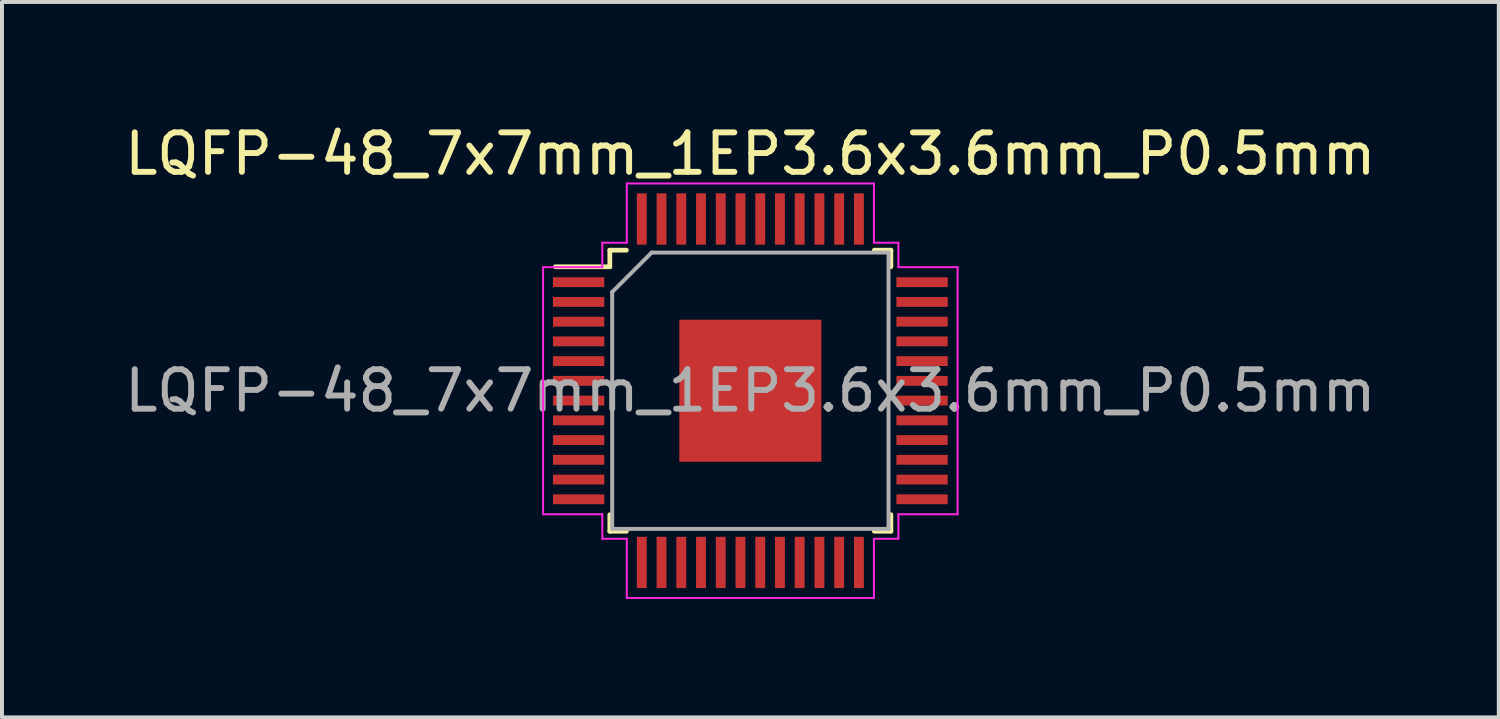
<source format=kicad_pcb>
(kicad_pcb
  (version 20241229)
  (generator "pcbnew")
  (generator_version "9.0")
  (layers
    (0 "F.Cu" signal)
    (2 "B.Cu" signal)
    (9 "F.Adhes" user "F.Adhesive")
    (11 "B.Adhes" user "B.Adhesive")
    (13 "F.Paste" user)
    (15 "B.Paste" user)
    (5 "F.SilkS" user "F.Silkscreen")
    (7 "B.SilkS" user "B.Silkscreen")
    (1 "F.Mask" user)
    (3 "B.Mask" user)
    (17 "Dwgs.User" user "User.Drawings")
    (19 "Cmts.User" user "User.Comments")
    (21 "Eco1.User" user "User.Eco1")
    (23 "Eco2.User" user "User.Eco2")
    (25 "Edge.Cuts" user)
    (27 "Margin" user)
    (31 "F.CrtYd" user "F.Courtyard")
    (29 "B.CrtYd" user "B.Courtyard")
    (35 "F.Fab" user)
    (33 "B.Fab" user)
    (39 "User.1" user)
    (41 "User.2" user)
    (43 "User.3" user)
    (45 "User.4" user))
  (footprint "LQFP-48_7x7mm_1EP3.6x3.6mm_P0.5mm"
    (layer "F.Cu")
    (at 15.958 6.848)
    (property "Reference" "LQFP-48_7x7mm_1EP3.6x3.6mm_P0.5mm" (at 0 -6 0) (layer "F.SilkS") (effects (font (size 1 1) (thickness 0.15))))
    (attr smd)
    (fp_line (start -3.56 -3.56) (end -3.56 -3.14) (stroke (width 0.12) (type solid)) (layer "F.SilkS"))
    (fp_line (start -3.56 -3.56) (end -3.14 -3.56) (stroke (width 0.12) (type solid)) (layer "F.SilkS"))
    (fp_line (start -3.56 -3.14) (end -4.94 -3.14) (stroke (width 0.12) (type solid)) (layer "F.SilkS"))
    (fp_line (start -3.56 3.56) (end -3.56 3.14) (stroke (width 0.12) (type solid)) (layer "F.SilkS"))
    (fp_line (start -3.56 3.56) (end -3.14 3.56) (stroke (width 0.12) (type solid)) (layer "F.SilkS"))
    (fp_line (start 3.56 -3.56) (end 3.14 -3.56) (stroke (width 0.12) (type solid)) (layer "F.SilkS"))
    (fp_line (start 3.56 -3.56) (end 3.56 -3.14) (stroke (width 0.12) (type solid)) (layer "F.SilkS"))
    (fp_line (start 3.56 3.56) (end 3.14 3.56) (stroke (width 0.12) (type solid)) (layer "F.SilkS"))
    (fp_line (start 3.56 3.56) (end 3.56 3.14) (stroke (width 0.12) (type solid)) (layer "F.SilkS"))
    (fp_line (start -5.25 -3.13) (end -5.25 3.13) (stroke (width 0.05) (type solid)) (layer "F.CrtYd"))
    (fp_line (start -3.75 -3.13) (end -5.25 -3.13) (stroke (width 0.05) (type solid)) (layer "F.CrtYd"))
    (fp_line (start -3.75 -3.13) (end -3.75 -3.75) (stroke (width 0.05) (type solid)) (layer "F.CrtYd"))
    (fp_line (start -3.75 3.13) (end -5.25 3.13) (stroke (width 0.05) (type solid)) (layer "F.CrtYd"))
    (fp_line (start -3.75 3.13) (end -3.75 3.75) (stroke (width 0.05) (type solid)) (layer "F.CrtYd"))
    (fp_line (start -3.13 -5.25) (end 3.13 -5.25) (stroke (width 0.05) (type solid)) (layer "F.CrtYd"))
    (fp_line (start -3.13 -3.75) (end -3.75 -3.75) (stroke (width 0.05) (type solid)) (layer "F.CrtYd"))
    (fp_line (start -3.13 -3.75) (end -3.13 -5.25) (stroke (width 0.05) (type solid)) (layer "F.CrtYd"))
    (fp_line (start -3.13 3.75) (end -3.75 3.75) (stroke (width 0.05) (type solid)) (layer "F.CrtYd"))
    (fp_line (start -3.13 3.75) (end -3.13 5.25) (stroke (width 0.05) (type solid)) (layer "F.CrtYd"))
    (fp_line (start -3.13 5.25) (end 3.13 5.25) (stroke (width 0.05) (type solid)) (layer "F.CrtYd"))
    (fp_line (start 3.13 -3.75) (end 3.13 -5.25) (stroke (width 0.05) (type solid)) (layer "F.CrtYd"))
    (fp_line (start 3.13 -3.75) (end 3.75 -3.75) (stroke (width 0.05) (type solid)) (layer "F.CrtYd"))
    (fp_line (start 3.13 3.75) (end 3.75 3.75) (stroke (width 0.05) (type solid)) (layer "F.CrtYd"))
    (fp_line (start 3.13 5.25) (end 3.13 3.75) (stroke (width 0.05) (type solid)) (layer "F.CrtYd"))
    (fp_line (start 3.75 -3.13) (end 3.75 -3.75) (stroke (width 0.05) (type solid)) (layer "F.CrtYd"))
    (fp_line (start 3.75 -3.13) (end 5.25 -3.13) (stroke (width 0.05) (type solid)) (layer "F.CrtYd"))
    (fp_line (start 3.75 3.13) (end 3.75 3.75) (stroke (width 0.05) (type solid)) (layer "F.CrtYd"))
    (fp_line (start 3.75 3.13) (end 5.25 3.13) (stroke (width 0.05) (type solid)) (layer "F.CrtYd"))
    (fp_line (start 5.25 -3.13) (end 5.25 3.13) (stroke (width 0.05) (type solid)) (layer "F.CrtYd"))
    (fp_line (start -3.5 -2.5) (end -2.5 -3.5) (stroke (width 0.1) (type solid)) (layer "F.Fab"))
    (fp_line (start -3.5 3.5) (end -3.5 -2.5) (stroke (width 0.1) (type solid)) (layer "F.Fab"))
    (fp_line (start -2.5 -3.5) (end 3.5 -3.5) (stroke (width 0.1) (type solid)) (layer "F.Fab"))
    (fp_line (start 3.5 -3.5) (end 3.5 3.5) (stroke (width 0.1) (type solid)) (layer "F.Fab"))
    (fp_line (start 3.5 3.5) (end -3.5 3.5) (stroke (width 0.1) (type solid)) (layer "F.Fab"))
    (fp_text user "${REFERENCE}" (at 0 0 0) (layer "F.Fab") (effects (font (size 1 1) (thickness 0.15))))
    (pad "1" smd rect (at -4.35 -2.75) (size 1.3 0.25) (layers "F.Cu" "F.Mask" "F.Paste"))
    (pad "2" smd rect (at -4.35 -2.25) (size 1.3 0.25) (layers "F.Cu" "F.Mask" "F.Paste"))
    (pad "3" smd rect (at -4.35 -1.75) (size 1.3 0.25) (layers "F.Cu" "F.Mask" "F.Paste"))
    (pad "4" smd rect (at -4.35 -1.25) (size 1.3 0.25) (layers "F.Cu" "F.Mask" "F.Paste"))
    (pad "5" smd rect (at -4.35 -0.75) (size 1.3 0.25) (layers "F.Cu" "F.Mask" "F.Paste"))
    (pad "6" smd rect (at -4.35 -0.25) (size 1.3 0.25) (layers "F.Cu" "F.Mask" "F.Paste"))
    (pad "7" smd rect (at -4.35 0.25) (size 1.3 0.25) (layers "F.Cu" "F.Mask" "F.Paste"))
    (pad "8" smd rect (at -4.35 0.75) (size 1.3 0.25) (layers "F.Cu" "F.Mask" "F.Paste"))
    (pad "9" smd rect (at -4.35 1.25) (size 1.3 0.25) (layers "F.Cu" "F.Mask" "F.Paste"))
    (pad "10" smd rect (at -4.35 1.75) (size 1.3 0.25) (layers "F.Cu" "F.Mask" "F.Paste"))
    (pad "11" smd rect (at -4.35 2.25) (size 1.3 0.25) (layers "F.Cu" "F.Mask" "F.Paste"))
    (pad "12" smd rect (at -4.35 2.75) (size 1.3 0.25) (layers "F.Cu" "F.Mask" "F.Paste"))
    (pad "13" smd rect (at -2.75 4.35 90) (size 1.3 0.25) (layers "F.Cu" "F.Mask" "F.Paste"))
    (pad "14" smd rect (at -2.25 4.35 90) (size 1.3 0.25) (layers "F.Cu" "F.Mask" "F.Paste"))
    (pad "15" smd rect (at -1.75 4.35 90) (size 1.3 0.25) (layers "F.Cu" "F.Mask" "F.Paste"))
    (pad "16" smd rect (at -1.25 4.35 90) (size 1.3 0.25) (layers "F.Cu" "F.Mask" "F.Paste"))
    (pad "17" smd rect (at -0.75 4.35 90) (size 1.3 0.25) (layers "F.Cu" "F.Mask" "F.Paste"))
    (pad "18" smd rect (at -0.25 4.35 90) (size 1.3 0.25) (layers "F.Cu" "F.Mask" "F.Paste"))
    (pad "19" smd rect (at 0.25 4.35 90) (size 1.3 0.25) (layers "F.Cu" "F.Mask" "F.Paste"))
    (pad "20" smd rect (at 0.75 4.35 90) (size 1.3 0.25) (layers "F.Cu" "F.Mask" "F.Paste"))
    (pad "21" smd rect (at 1.25 4.35 90) (size 1.3 0.25) (layers "F.Cu" "F.Mask" "F.Paste"))
    (pad "22" smd rect (at 1.75 4.35 90) (size 1.3 0.25) (layers "F.Cu" "F.Mask" "F.Paste"))
    (pad "23" smd rect (at 2.25 4.35 90) (size 1.3 0.25) (layers "F.Cu" "F.Mask" "F.Paste"))
    (pad "24" smd rect (at 2.75 4.35 90) (size 1.3 0.25) (layers "F.Cu" "F.Mask" "F.Paste"))
    (pad "25" smd rect (at 4.35 2.75) (size 1.3 0.25) (layers "F.Cu" "F.Mask" "F.Paste"))
    (pad "26" smd rect (at 4.35 2.25) (size 1.3 0.25) (layers "F.Cu" "F.Mask" "F.Paste"))
    (pad "27" smd rect (at 4.35 1.75) (size 1.3 0.25) (layers "F.Cu" "F.Mask" "F.Paste"))
    (pad "28" smd rect (at 4.35 1.25) (size 1.3 0.25) (layers "F.Cu" "F.Mask" "F.Paste"))
    (pad "29" smd rect (at 4.35 0.75) (size 1.3 0.25) (layers "F.Cu" "F.Mask" "F.Paste"))
    (pad "30" smd rect (at 4.35 0.25) (size 1.3 0.25) (layers "F.Cu" "F.Mask" "F.Paste"))
    (pad "31" smd rect (at 4.35 -0.25) (size 1.3 0.25) (layers "F.Cu" "F.Mask" "F.Paste"))
    (pad "32" smd rect (at 4.35 -0.75) (size 1.3 0.25) (layers "F.Cu" "F.Mask" "F.Paste"))
    (pad "33" smd rect (at 4.35 -1.25) (size 1.3 0.25) (layers "F.Cu" "F.Mask" "F.Paste"))
    (pad "34" smd rect (at 4.35 -1.75) (size 1.3 0.25) (layers "F.Cu" "F.Mask" "F.Paste"))
    (pad "35" smd rect (at 4.35 -2.25) (size 1.3 0.25) (layers "F.Cu" "F.Mask" "F.Paste"))
    (pad "36" smd rect (at 4.35 -2.75) (size 1.3 0.25) (layers "F.Cu" "F.Mask" "F.Paste"))
    (pad "37" smd rect (at 2.75 -4.35 90) (size 1.3 0.25) (layers "F.Cu" "F.Mask" "F.Paste"))
    (pad "38" smd rect (at 2.25 -4.35 90) (size 1.3 0.25) (layers "F.Cu" "F.Mask" "F.Paste"))
    (pad "39" smd rect (at 1.75 -4.35 90) (size 1.3 0.25) (layers "F.Cu" "F.Mask" "F.Paste"))
    (pad "40" smd rect (at 1.25 -4.35 90) (size 1.3 0.25) (layers "F.Cu" "F.Mask" "F.Paste"))
    (pad "41" smd rect (at 0.75 -4.35 90) (size 1.3 0.25) (layers "F.Cu" "F.Mask" "F.Paste"))
    (pad "42" smd rect (at 0.25 -4.35 90) (size 1.3 0.25) (layers "F.Cu" "F.Mask" "F.Paste"))
    (pad "43" smd rect (at -0.25 -4.35 90) (size 1.3 0.25) (layers "F.Cu" "F.Mask" "F.Paste"))
    (pad "44" smd rect (at -0.75 -4.35 90) (size 1.3 0.25) (layers "F.Cu" "F.Mask" "F.Paste"))
    (pad "45" smd rect (at -1.25 -4.35 90) (size 1.3 0.25) (layers "F.Cu" "F.Mask" "F.Paste"))
    (pad "46" smd rect (at -1.75 -4.35 90) (size 1.3 0.25) (layers "F.Cu" "F.Mask" "F.Paste"))
    (pad "47" smd rect (at -2.25 -4.35 90) (size 1.3 0.25) (layers "F.Cu" "F.Mask" "F.Paste"))
    (pad "48" smd rect (at -2.75 -4.35 90) (size 1.3 0.25) (layers "F.Cu" "F.Mask" "F.Paste"))
    (pad "49" smd rect (at 0 0) (size 3.6 3.6) (layers "F.Cu" "F.Mask" "F.Paste")))
  (gr_rect
    (start -3 -3)
    (end 34.917 15.123)
    (stroke (width 0.1) (type default))
    (fill no)
    (layer "Edge.Cuts")))
</source>
